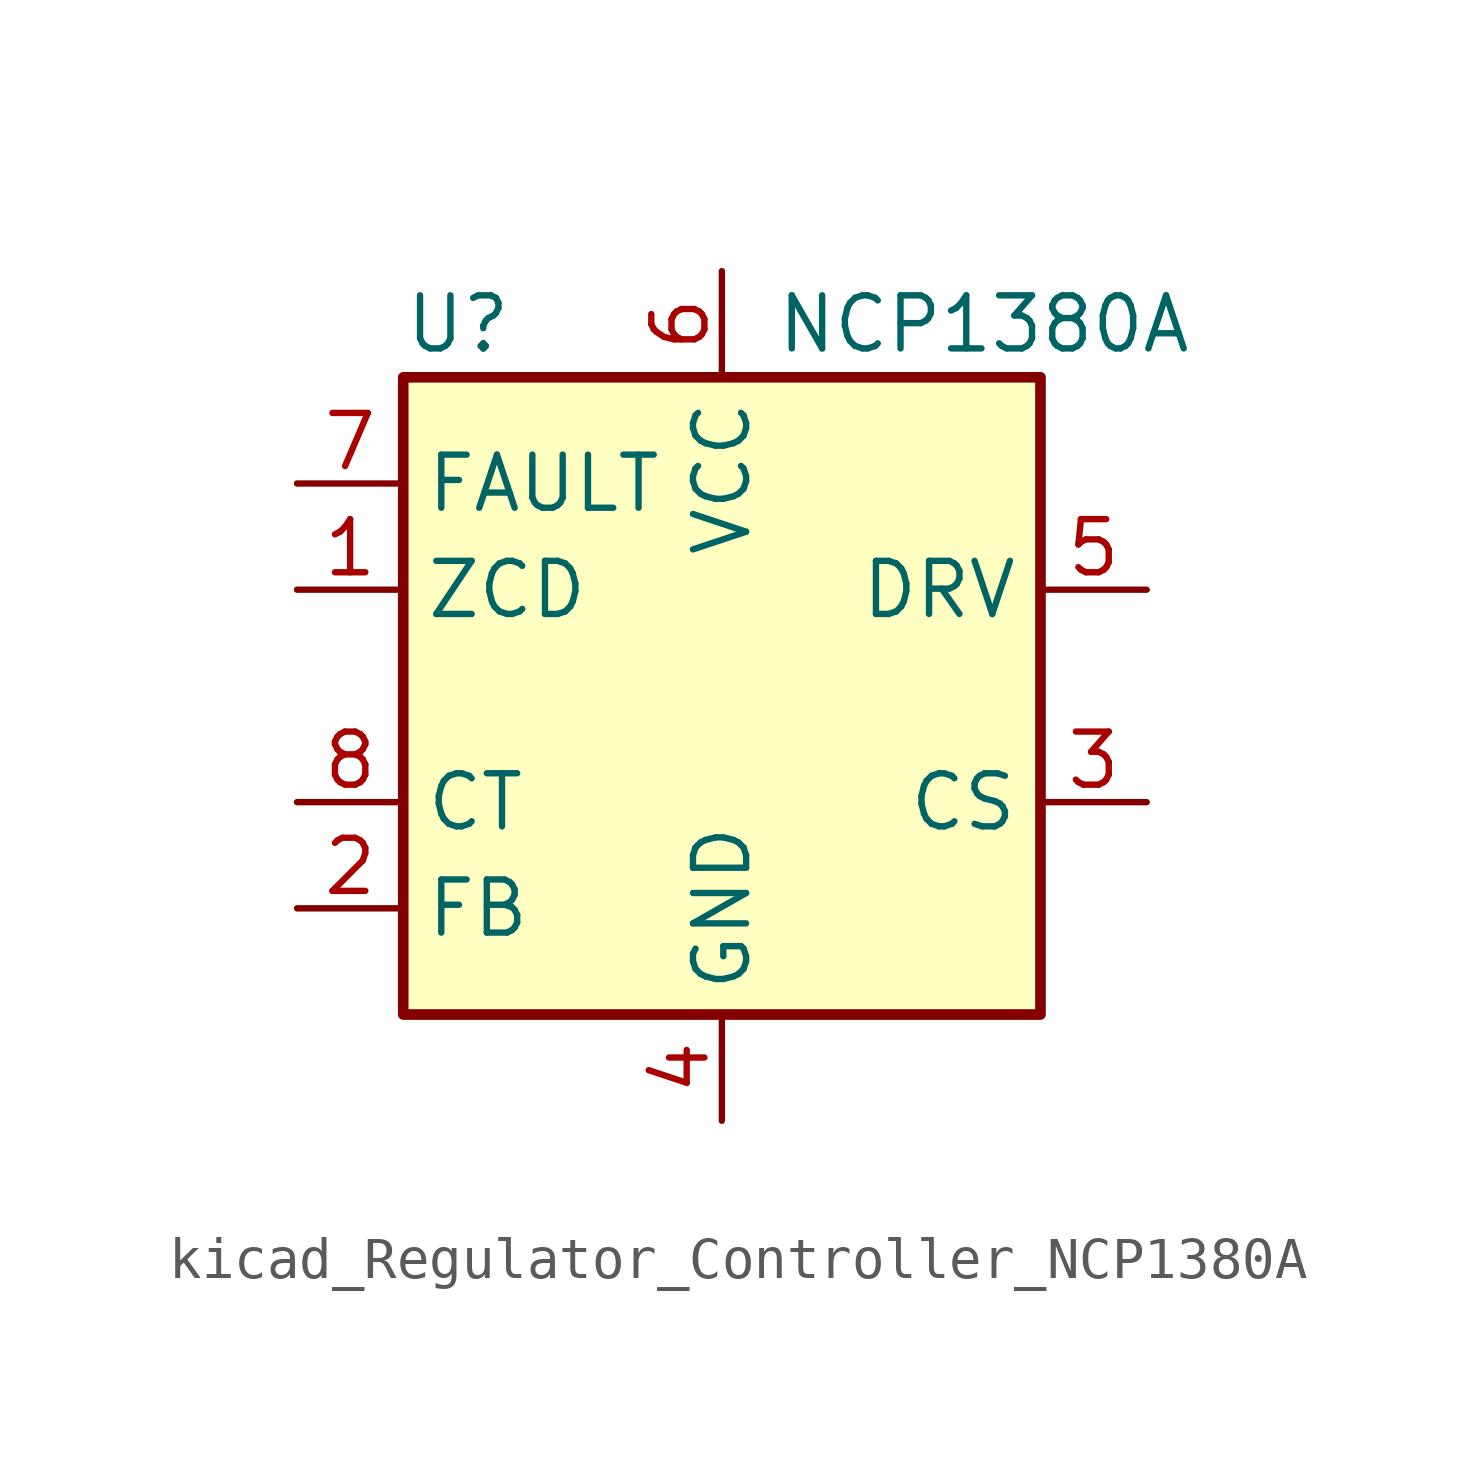
<source format=kicad_sym>
(kicad_symbol_lib
  (version 20220914)
  (generator kicad_symbol_editor)
  (symbol "kicad_Regulator_Controller_NCP1380A"
    (property "Reference" "U"
      (at -7.62 8.89 0)
      (effects (font (size 1.27 1.27)) (justify left)))
    (property "Value" "NCP1380A"
      (at 1.27 8.89 0)
      (effects (font (size 1.27 1.27)) (justify left)))
    (symbol "kicad_Regulator_Controller_NCP1380A_0_0"
      (rectangle (start -7.62 7.62) (end 7.62 -7.62) (stroke (width 0.254) (type default)) (fill (type background))))
    (symbol "kicad_Regulator_Controller_NCP1380A_1_1"
      (pin input line (at -10.16 2.54 0) (length 2.54) (name "ZCD" (effects (font (size 1.27 1.27)))) (number "1" (effects (font (size 1.27 1.27)))))
      (pin input line (at -10.16 -5.08 0) (length 2.54) (name "FB" (effects (font (size 1.27 1.27)))) (number "2" (effects (font (size 1.27 1.27)))))
      (pin input line (at 10.16 -2.54 180) (length 2.54) (name "CS" (effects (font (size 1.27 1.27)))) (number "3" (effects (font (size 1.27 1.27)))))
      (pin power_in line (at 0 -10.16 90) (length 2.54) (name "GND" (effects (font (size 1.27 1.27)))) (number "4" (effects (font (size 1.27 1.27)))))
      (pin output line (at 10.16 2.54 180) (length 2.54) (name "DRV" (effects (font (size 1.27 1.27)))) (number "5" (effects (font (size 1.27 1.27)))))
      (pin power_in line (at 0 10.16 270) (length 2.54) (name "VCC" (effects (font (size 1.27 1.27)))) (number "6" (effects (font (size 1.27 1.27)))))
      (pin input line (at -10.16 5.08 0) (length 2.54) (name "FAULT" (effects (font (size 1.27 1.27)))) (number "7" (effects (font (size 1.27 1.27)))))
      (pin passive line (at -10.16 -2.54 0) (length 2.54) (name "CT" (effects (font (size 1.27 1.27)))) (number "8" (effects (font (size 1.27 1.27))))))))
</source>
